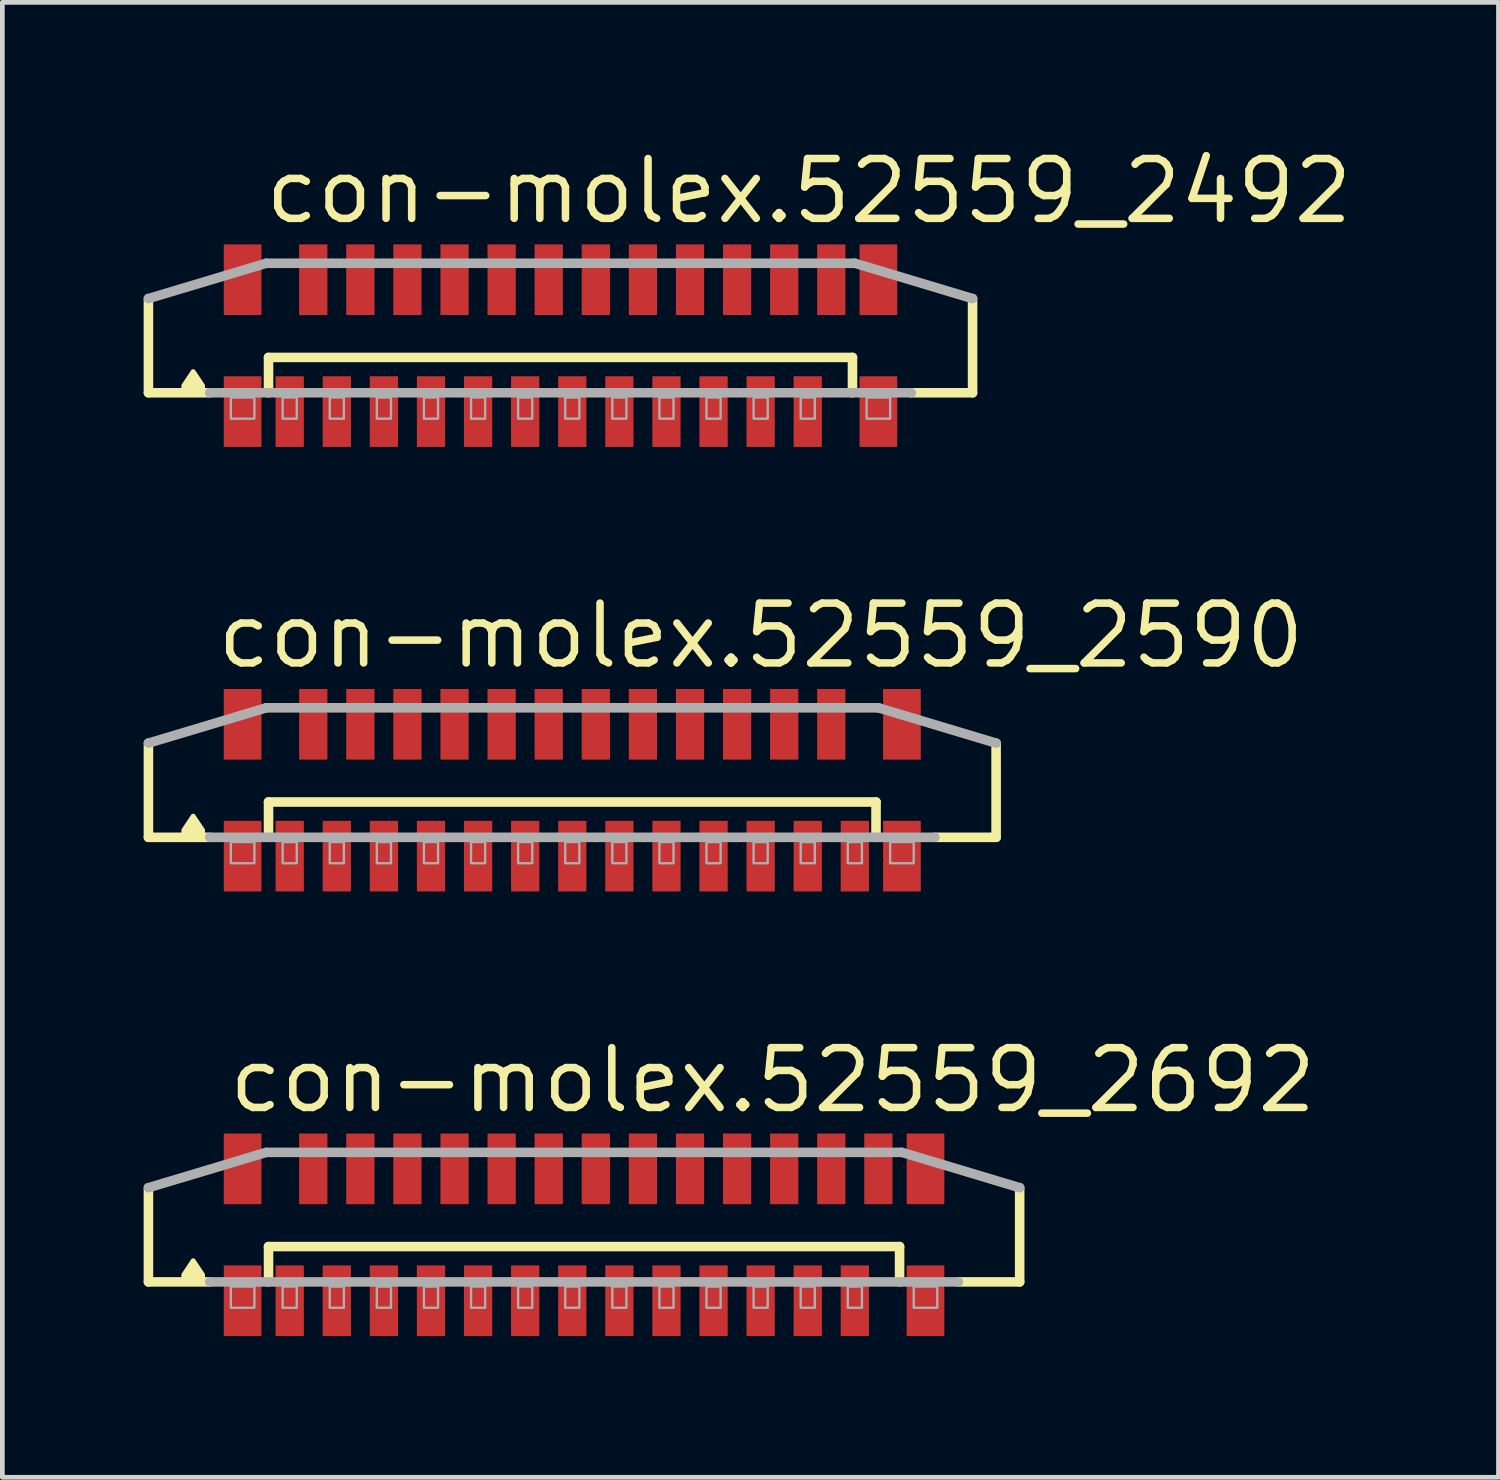
<source format=kicad_pcb>
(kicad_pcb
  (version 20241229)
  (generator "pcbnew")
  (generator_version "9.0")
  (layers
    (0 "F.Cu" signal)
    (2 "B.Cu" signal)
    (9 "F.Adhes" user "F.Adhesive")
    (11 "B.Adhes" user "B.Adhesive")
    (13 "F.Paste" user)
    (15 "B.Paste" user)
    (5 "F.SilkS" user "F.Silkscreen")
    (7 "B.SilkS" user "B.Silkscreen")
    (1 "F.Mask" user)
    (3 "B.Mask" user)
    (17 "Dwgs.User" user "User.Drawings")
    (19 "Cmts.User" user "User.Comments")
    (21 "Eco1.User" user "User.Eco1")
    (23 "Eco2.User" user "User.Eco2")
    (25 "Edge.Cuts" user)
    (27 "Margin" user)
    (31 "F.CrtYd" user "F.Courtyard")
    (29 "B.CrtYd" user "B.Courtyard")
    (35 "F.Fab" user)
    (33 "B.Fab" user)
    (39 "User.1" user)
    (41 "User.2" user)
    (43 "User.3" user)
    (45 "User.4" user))
  (footprint "con-molex.52559_2692"
    (layer "F.Cu")
    (at 9.352 23.17)
    (property "Reference" "con-molex.52559_2692" (at -7.62 -2.54 0) (layer "F.SilkS") (effects (font (size 1.27 1.27) (thickness 0.16)) (justify left bottom)))
    (attr smd)
    (fp_line (start -9.25 1) (end -9.25 -1) (stroke (width 0.203) (type default)) (layer "F.SilkS"))
    (fp_line (start -7.95 1) (end -9.25 1) (stroke (width 0.203) (type default)) (layer "F.SilkS"))
    (fp_line (start -6.7 0.25) (end 6.7 0.25) (stroke (width 0.203) (type default)) (layer "F.SilkS"))
    (fp_line (start -6.7 1) (end -6.7 0.25) (stroke (width 0.203) (type default)) (layer "F.SilkS"))
    (fp_line (start 6.7 0.25) (end 6.7 1) (stroke (width 0.203) (type default)) (layer "F.SilkS"))
    (fp_line (start 9.25 -1) (end 9.25 1) (stroke (width 0.203) (type default)) (layer "F.SilkS"))
    (fp_line (start 9.25 1) (end 7.95 1) (stroke (width 0.203) (type default)) (layer "F.SilkS"))
    (fp_poly (pts (xy -8.1 0.95) (xy -8.1 0.85) (xy -8.3 0.55) (xy -8.5 0.85) (xy -8.5 0.95)) (stroke (width 0.102) (type default)) (fill yes) (layer "F.SilkS"))
    (fp_line (start -9.25 -1) (end -6.75 -1.75) (stroke (width 0.203) (type default)) (layer "F.Fab"))
    (fp_line (start -6.75 -1.75) (end 6.75 -1.75) (stroke (width 0.203) (type default)) (layer "F.Fab"))
    (fp_line (start 6.75 -1.75) (end 9.25 -1) (stroke (width 0.203) (type default)) (layer "F.Fab"))
    (fp_line (start 7.95 1) (end -7.95 1) (stroke (width 0.203) (type default)) (layer "F.Fab"))
    (fp_rect (start -7.5 1.55) (end -7 1.1) (stroke (width 0.05) (type default)) (fill no) (layer "F.Fab"))
    (fp_rect (start -6.4 1.55) (end -6.1 1.1) (stroke (width 0.05) (type default)) (fill no) (layer "F.Fab"))
    (fp_rect (start -5.4 1.55) (end -5.1 1.1) (stroke (width 0.05) (type default)) (fill no) (layer "F.Fab"))
    (fp_rect (start -4.4 1.55) (end -4.1 1.1) (stroke (width 0.05) (type default)) (fill no) (layer "F.Fab"))
    (fp_rect (start -3.4 1.55) (end -3.1 1.1) (stroke (width 0.05) (type default)) (fill no) (layer "F.Fab"))
    (fp_rect (start -2.4 1.55) (end -2.1 1.1) (stroke (width 0.05) (type default)) (fill no) (layer "F.Fab"))
    (fp_rect (start -1.4 1.55) (end -1.1 1.1) (stroke (width 0.05) (type default)) (fill no) (layer "F.Fab"))
    (fp_rect (start -0.4 1.55) (end -0.1 1.1) (stroke (width 0.05) (type default)) (fill no) (layer "F.Fab"))
    (fp_rect (start 0.6 1.55) (end 0.9 1.1) (stroke (width 0.05) (type default)) (fill no) (layer "F.Fab"))
    (fp_rect (start 1.6 1.55) (end 1.9 1.1) (stroke (width 0.05) (type default)) (fill no) (layer "F.Fab"))
    (fp_rect (start 2.6 1.55) (end 2.9 1.1) (stroke (width 0.05) (type default)) (fill no) (layer "F.Fab"))
    (fp_rect (start 3.6 1.55) (end 3.9 1.1) (stroke (width 0.05) (type default)) (fill no) (layer "F.Fab"))
    (fp_rect (start 4.6 1.55) (end 4.9 1.1) (stroke (width 0.05) (type default)) (fill no) (layer "F.Fab"))
    (fp_rect (start 5.6 1.55) (end 5.9 1.1) (stroke (width 0.05) (type default)) (fill no) (layer "F.Fab"))
    (fp_rect (start 7 1.55) (end 7.5 1.1) (stroke (width 0.05) (type default)) (fill no) (layer "F.Fab"))
    (pad "1" smd roundrect (at -6.25 1.4) (size 0.6 1.5) (layers "F.Cu" "F.Mask" "F.Paste") (roundrect_rratio 0.01))
    (pad "2" smd roundrect (at -5.75 -1.4 180) (size 0.6 1.5) (layers "F.Cu" "F.Mask" "F.Paste") (roundrect_rratio 0.01))
    (pad "3" smd roundrect (at -5.25 1.4) (size 0.6 1.5) (layers "F.Cu" "F.Mask" "F.Paste") (roundrect_rratio 0.01))
    (pad "4" smd roundrect (at -4.75 -1.4 180) (size 0.6 1.5) (layers "F.Cu" "F.Mask" "F.Paste") (roundrect_rratio 0.01))
    (pad "5" smd roundrect (at -4.25 1.4) (size 0.6 1.5) (layers "F.Cu" "F.Mask" "F.Paste") (roundrect_rratio 0.01))
    (pad "6" smd roundrect (at -3.75 -1.4 180) (size 0.6 1.5) (layers "F.Cu" "F.Mask" "F.Paste") (roundrect_rratio 0.01))
    (pad "7" smd roundrect (at -3.25 1.4) (size 0.6 1.5) (layers "F.Cu" "F.Mask" "F.Paste") (roundrect_rratio 0.01))
    (pad "8" smd roundrect (at -2.75 -1.4 180) (size 0.6 1.5) (layers "F.Cu" "F.Mask" "F.Paste") (roundrect_rratio 0.01))
    (pad "9" smd roundrect (at -2.25 1.4) (size 0.6 1.5) (layers "F.Cu" "F.Mask" "F.Paste") (roundrect_rratio 0.01))
    (pad "10" smd roundrect (at -1.75 -1.4 180) (size 0.6 1.5) (layers "F.Cu" "F.Mask" "F.Paste") (roundrect_rratio 0.01))
    (pad "11" smd roundrect (at -1.25 1.4) (size 0.6 1.5) (layers "F.Cu" "F.Mask" "F.Paste") (roundrect_rratio 0.01))
    (pad "12" smd roundrect (at -0.75 -1.4 180) (size 0.6 1.5) (layers "F.Cu" "F.Mask" "F.Paste") (roundrect_rratio 0.01))
    (pad "13" smd roundrect (at -0.25 1.4) (size 0.6 1.5) (layers "F.Cu" "F.Mask" "F.Paste") (roundrect_rratio 0.01))
    (pad "14" smd roundrect (at 0.25 -1.4 180) (size 0.6 1.5) (layers "F.Cu" "F.Mask" "F.Paste") (roundrect_rratio 0.01))
    (pad "15" smd roundrect (at 0.75 1.4) (size 0.6 1.5) (layers "F.Cu" "F.Mask" "F.Paste") (roundrect_rratio 0.01))
    (pad "16" smd roundrect (at 1.25 -1.4 180) (size 0.6 1.5) (layers "F.Cu" "F.Mask" "F.Paste") (roundrect_rratio 0.01))
    (pad "17" smd roundrect (at 1.75 1.4) (size 0.6 1.5) (layers "F.Cu" "F.Mask" "F.Paste") (roundrect_rratio 0.01))
    (pad "18" smd roundrect (at 2.25 -1.4 180) (size 0.6 1.5) (layers "F.Cu" "F.Mask" "F.Paste") (roundrect_rratio 0.01))
    (pad "19" smd roundrect (at 2.75 1.4) (size 0.6 1.5) (layers "F.Cu" "F.Mask" "F.Paste") (roundrect_rratio 0.01))
    (pad "20" smd roundrect (at 3.25 -1.4 180) (size 0.6 1.5) (layers "F.Cu" "F.Mask" "F.Paste") (roundrect_rratio 0.01))
    (pad "21" smd roundrect (at 3.75 1.4) (size 0.6 1.5) (layers "F.Cu" "F.Mask" "F.Paste") (roundrect_rratio 0.01))
    (pad "22" smd roundrect (at 4.25 -1.4 180) (size 0.6 1.5) (layers "F.Cu" "F.Mask" "F.Paste") (roundrect_rratio 0.01))
    (pad "23" smd roundrect (at 4.75 1.4) (size 0.6 1.5) (layers "F.Cu" "F.Mask" "F.Paste") (roundrect_rratio 0.01))
    (pad "24" smd roundrect (at 5.25 -1.4 180) (size 0.6 1.5) (layers "F.Cu" "F.Mask" "F.Paste") (roundrect_rratio 0.01))
    (pad "25" smd roundrect (at 5.75 1.4) (size 0.6 1.5) (layers "F.Cu" "F.Mask" "F.Paste") (roundrect_rratio 0.01))
    (pad "26" smd roundrect (at 6.25 -1.4 180) (size 0.6 1.5) (layers "F.Cu" "F.Mask" "F.Paste") (roundrect_rratio 0.01))
    (pad "M1" smd roundrect (at -7.25 1.4) (size 0.8 1.5) (layers "F.Cu" "F.Mask" "F.Paste") (roundrect_rratio 0.01))
    (pad "M2" smd roundrect (at 7.25 1.4) (size 0.8 1.5) (layers "F.Cu" "F.Mask" "F.Paste") (roundrect_rratio 0.01))
    (pad "M3" smd roundrect (at 7.25 -1.4 180) (size 0.8 1.5) (layers "F.Cu" "F.Mask" "F.Paste") (roundrect_rratio 0.01))
    (pad "M4" smd roundrect (at -7.25 -1.4 180) (size 0.8 1.5) (layers "F.Cu" "F.Mask" "F.Paste") (roundrect_rratio 0.01)))
  (footprint "con-molex.52559_2590"
    (layer "F.Cu")
    (at 9.102 13.73)
    (property "Reference" "con-molex.52559_2590" (at -7.62 -2.54 0) (layer "F.SilkS") (effects (font (size 1.27 1.27) (thickness 0.16)) (justify left bottom)))
    (attr smd)
    (fp_line (start -9 1) (end -9 -1) (stroke (width 0.203) (type default)) (layer "F.SilkS"))
    (fp_line (start -7.7 1) (end -9 1) (stroke (width 0.203) (type default)) (layer "F.SilkS"))
    (fp_line (start -6.45 0.25) (end 6.45 0.25) (stroke (width 0.203) (type default)) (layer "F.SilkS"))
    (fp_line (start -6.45 1) (end -6.45 0.25) (stroke (width 0.203) (type default)) (layer "F.SilkS"))
    (fp_line (start 6.45 0.25) (end 6.45 1) (stroke (width 0.203) (type default)) (layer "F.SilkS"))
    (fp_line (start 9 -1) (end 9 1) (stroke (width 0.203) (type default)) (layer "F.SilkS"))
    (fp_line (start 9 1) (end 7.7 1) (stroke (width 0.203) (type default)) (layer "F.SilkS"))
    (fp_poly (pts (xy -7.85 0.95) (xy -7.85 0.85) (xy -8.05 0.55) (xy -8.25 0.85) (xy -8.25 0.95)) (stroke (width 0.102) (type default)) (fill yes) (layer "F.SilkS"))
    (fp_line (start -9 -1) (end -6.5 -1.75) (stroke (width 0.203) (type default)) (layer "F.Fab"))
    (fp_line (start -6.5 -1.75) (end 6.5 -1.75) (stroke (width 0.203) (type default)) (layer "F.Fab"))
    (fp_line (start 6.5 -1.75) (end 9 -1) (stroke (width 0.203) (type default)) (layer "F.Fab"))
    (fp_line (start 7.7 1) (end -7.7 1) (stroke (width 0.203) (type default)) (layer "F.Fab"))
    (fp_rect (start -7.25 1.55) (end -6.75 1.1) (stroke (width 0.05) (type default)) (fill no) (layer "F.Fab"))
    (fp_rect (start -6.15 1.55) (end -5.85 1.1) (stroke (width 0.05) (type default)) (fill no) (layer "F.Fab"))
    (fp_rect (start -5.15 1.55) (end -4.85 1.1) (stroke (width 0.05) (type default)) (fill no) (layer "F.Fab"))
    (fp_rect (start -4.15 1.55) (end -3.85 1.1) (stroke (width 0.05) (type default)) (fill no) (layer "F.Fab"))
    (fp_rect (start -3.15 1.55) (end -2.85 1.1) (stroke (width 0.05) (type default)) (fill no) (layer "F.Fab"))
    (fp_rect (start -2.15 1.55) (end -1.85 1.1) (stroke (width 0.05) (type default)) (fill no) (layer "F.Fab"))
    (fp_rect (start -1.15 1.55) (end -0.85 1.1) (stroke (width 0.05) (type default)) (fill no) (layer "F.Fab"))
    (fp_rect (start -0.15 1.55) (end 0.15 1.1) (stroke (width 0.05) (type default)) (fill no) (layer "F.Fab"))
    (fp_rect (start 0.85 1.55) (end 1.15 1.1) (stroke (width 0.05) (type default)) (fill no) (layer "F.Fab"))
    (fp_rect (start 1.85 1.55) (end 2.15 1.1) (stroke (width 0.05) (type default)) (fill no) (layer "F.Fab"))
    (fp_rect (start 2.85 1.55) (end 3.15 1.1) (stroke (width 0.05) (type default)) (fill no) (layer "F.Fab"))
    (fp_rect (start 3.85 1.55) (end 4.15 1.1) (stroke (width 0.05) (type default)) (fill no) (layer "F.Fab"))
    (fp_rect (start 4.85 1.55) (end 5.15 1.1) (stroke (width 0.05) (type default)) (fill no) (layer "F.Fab"))
    (fp_rect (start 5.85 1.55) (end 6.15 1.1) (stroke (width 0.05) (type default)) (fill no) (layer "F.Fab"))
    (fp_rect (start 6.75 1.55) (end 7.25 1.1) (stroke (width 0.05) (type default)) (fill no) (layer "F.Fab"))
    (pad "1" smd roundrect (at -6 1.4) (size 0.6 1.5) (layers "F.Cu" "F.Mask" "F.Paste") (roundrect_rratio 0.01))
    (pad "2" smd roundrect (at -5.5 -1.4 180) (size 0.6 1.5) (layers "F.Cu" "F.Mask" "F.Paste") (roundrect_rratio 0.01))
    (pad "3" smd roundrect (at -5 1.4) (size 0.6 1.5) (layers "F.Cu" "F.Mask" "F.Paste") (roundrect_rratio 0.01))
    (pad "4" smd roundrect (at -4.5 -1.4 180) (size 0.6 1.5) (layers "F.Cu" "F.Mask" "F.Paste") (roundrect_rratio 0.01))
    (pad "5" smd roundrect (at -4 1.4) (size 0.6 1.5) (layers "F.Cu" "F.Mask" "F.Paste") (roundrect_rratio 0.01))
    (pad "6" smd roundrect (at -3.5 -1.4 180) (size 0.6 1.5) (layers "F.Cu" "F.Mask" "F.Paste") (roundrect_rratio 0.01))
    (pad "7" smd roundrect (at -3 1.4) (size 0.6 1.5) (layers "F.Cu" "F.Mask" "F.Paste") (roundrect_rratio 0.01))
    (pad "8" smd roundrect (at -2.5 -1.4 180) (size 0.6 1.5) (layers "F.Cu" "F.Mask" "F.Paste") (roundrect_rratio 0.01))
    (pad "9" smd roundrect (at -2 1.4) (size 0.6 1.5) (layers "F.Cu" "F.Mask" "F.Paste") (roundrect_rratio 0.01))
    (pad "10" smd roundrect (at -1.5 -1.4 180) (size 0.6 1.5) (layers "F.Cu" "F.Mask" "F.Paste") (roundrect_rratio 0.01))
    (pad "11" smd roundrect (at -1 1.4) (size 0.6 1.5) (layers "F.Cu" "F.Mask" "F.Paste") (roundrect_rratio 0.01))
    (pad "12" smd roundrect (at -0.5 -1.4 180) (size 0.6 1.5) (layers "F.Cu" "F.Mask" "F.Paste") (roundrect_rratio 0.01))
    (pad "13" smd roundrect (at 0 1.4) (size 0.6 1.5) (layers "F.Cu" "F.Mask" "F.Paste") (roundrect_rratio 0.01))
    (pad "14" smd roundrect (at 0.5 -1.4 180) (size 0.6 1.5) (layers "F.Cu" "F.Mask" "F.Paste") (roundrect_rratio 0.01))
    (pad "15" smd roundrect (at 1 1.4) (size 0.6 1.5) (layers "F.Cu" "F.Mask" "F.Paste") (roundrect_rratio 0.01))
    (pad "16" smd roundrect (at 1.5 -1.4 180) (size 0.6 1.5) (layers "F.Cu" "F.Mask" "F.Paste") (roundrect_rratio 0.01))
    (pad "17" smd roundrect (at 2 1.4) (size 0.6 1.5) (layers "F.Cu" "F.Mask" "F.Paste") (roundrect_rratio 0.01))
    (pad "18" smd roundrect (at 2.5 -1.4 180) (size 0.6 1.5) (layers "F.Cu" "F.Mask" "F.Paste") (roundrect_rratio 0.01))
    (pad "19" smd roundrect (at 3 1.4) (size 0.6 1.5) (layers "F.Cu" "F.Mask" "F.Paste") (roundrect_rratio 0.01))
    (pad "20" smd roundrect (at 3.5 -1.4 180) (size 0.6 1.5) (layers "F.Cu" "F.Mask" "F.Paste") (roundrect_rratio 0.01))
    (pad "21" smd roundrect (at 4 1.4) (size 0.6 1.5) (layers "F.Cu" "F.Mask" "F.Paste") (roundrect_rratio 0.01))
    (pad "22" smd roundrect (at 4.5 -1.4 180) (size 0.6 1.5) (layers "F.Cu" "F.Mask" "F.Paste") (roundrect_rratio 0.01))
    (pad "23" smd roundrect (at 5 1.4) (size 0.6 1.5) (layers "F.Cu" "F.Mask" "F.Paste") (roundrect_rratio 0.01))
    (pad "24" smd roundrect (at 5.5 -1.4 180) (size 0.6 1.5) (layers "F.Cu" "F.Mask" "F.Paste") (roundrect_rratio 0.01))
    (pad "25" smd roundrect (at 6 1.4) (size 0.6 1.5) (layers "F.Cu" "F.Mask" "F.Paste") (roundrect_rratio 0.01))
    (pad "M1" smd roundrect (at -7 1.4) (size 0.8 1.5) (layers "F.Cu" "F.Mask" "F.Paste") (roundrect_rratio 0.01))
    (pad "M2" smd roundrect (at 7 1.4) (size 0.8 1.5) (layers "F.Cu" "F.Mask" "F.Paste") (roundrect_rratio 0.01))
    (pad "M3" smd roundrect (at 7 -1.4 180) (size 0.8 1.5) (layers "F.Cu" "F.Mask" "F.Paste") (roundrect_rratio 0.01))
    (pad "M4" smd roundrect (at -7 -1.4 180) (size 0.8 1.5) (layers "F.Cu" "F.Mask" "F.Paste") (roundrect_rratio 0.01)))
  (footprint "con-molex.52559_2492"
    (layer "F.Cu")
    (at 8.852 4.29)
    (property "Reference" "con-molex.52559_2492" (at -6.35 -2.54 0) (layer "F.SilkS") (effects (font (size 1.27 1.27) (thickness 0.16)) (justify left bottom)))
    (attr smd)
    (fp_line (start -8.75 1) (end -8.75 -1) (stroke (width 0.203) (type default)) (layer "F.SilkS"))
    (fp_line (start -7.45 1) (end -8.75 1) (stroke (width 0.203) (type default)) (layer "F.SilkS"))
    (fp_line (start -6.2 0.25) (end 6.2 0.25) (stroke (width 0.203) (type default)) (layer "F.SilkS"))
    (fp_line (start -6.2 1) (end -6.2 0.25) (stroke (width 0.203) (type default)) (layer "F.SilkS"))
    (fp_line (start 6.2 0.25) (end 6.2 1) (stroke (width 0.203) (type default)) (layer "F.SilkS"))
    (fp_line (start 8.75 -1) (end 8.75 1) (stroke (width 0.203) (type default)) (layer "F.SilkS"))
    (fp_line (start 8.75 1) (end 7.45 1) (stroke (width 0.203) (type default)) (layer "F.SilkS"))
    (fp_poly (pts (xy -7.6 0.95) (xy -7.6 0.85) (xy -7.8 0.55) (xy -8 0.85) (xy -8 0.95)) (stroke (width 0.102) (type default)) (fill yes) (layer "F.SilkS"))
    (fp_line (start -8.75 -1) (end -6.25 -1.75) (stroke (width 0.203) (type default)) (layer "F.Fab"))
    (fp_line (start -6.25 -1.75) (end 6.25 -1.75) (stroke (width 0.203) (type default)) (layer "F.Fab"))
    (fp_line (start 6.25 -1.75) (end 8.75 -1) (stroke (width 0.203) (type default)) (layer "F.Fab"))
    (fp_line (start 7.45 1) (end -7.45 1) (stroke (width 0.203) (type default)) (layer "F.Fab"))
    (fp_rect (start -7 1.55) (end -6.5 1.1) (stroke (width 0.05) (type default)) (fill no) (layer "F.Fab"))
    (fp_rect (start -5.9 1.55) (end -5.6 1.1) (stroke (width 0.05) (type default)) (fill no) (layer "F.Fab"))
    (fp_rect (start -4.9 1.55) (end -4.6 1.1) (stroke (width 0.05) (type default)) (fill no) (layer "F.Fab"))
    (fp_rect (start -3.9 1.55) (end -3.6 1.1) (stroke (width 0.05) (type default)) (fill no) (layer "F.Fab"))
    (fp_rect (start -2.9 1.55) (end -2.6 1.1) (stroke (width 0.05) (type default)) (fill no) (layer "F.Fab"))
    (fp_rect (start -1.9 1.55) (end -1.6 1.1) (stroke (width 0.05) (type default)) (fill no) (layer "F.Fab"))
    (fp_rect (start -0.9 1.55) (end -0.6 1.1) (stroke (width 0.05) (type default)) (fill no) (layer "F.Fab"))
    (fp_rect (start 0.1 1.55) (end 0.4 1.1) (stroke (width 0.05) (type default)) (fill no) (layer "F.Fab"))
    (fp_rect (start 1.1 1.55) (end 1.4 1.1) (stroke (width 0.05) (type default)) (fill no) (layer "F.Fab"))
    (fp_rect (start 2.1 1.55) (end 2.4 1.1) (stroke (width 0.05) (type default)) (fill no) (layer "F.Fab"))
    (fp_rect (start 3.1 1.55) (end 3.4 1.1) (stroke (width 0.05) (type default)) (fill no) (layer "F.Fab"))
    (fp_rect (start 4.1 1.55) (end 4.4 1.1) (stroke (width 0.05) (type default)) (fill no) (layer "F.Fab"))
    (fp_rect (start 5.1 1.55) (end 5.4 1.1) (stroke (width 0.05) (type default)) (fill no) (layer "F.Fab"))
    (fp_rect (start 6.5 1.55) (end 7 1.1) (stroke (width 0.05) (type default)) (fill no) (layer "F.Fab"))
    (pad "1" smd roundrect (at -5.75 1.4) (size 0.6 1.5) (layers "F.Cu" "F.Mask" "F.Paste") (roundrect_rratio 0.01))
    (pad "2" smd roundrect (at -5.25 -1.4 180) (size 0.6 1.5) (layers "F.Cu" "F.Mask" "F.Paste") (roundrect_rratio 0.01))
    (pad "3" smd roundrect (at -4.75 1.4) (size 0.6 1.5) (layers "F.Cu" "F.Mask" "F.Paste") (roundrect_rratio 0.01))
    (pad "4" smd roundrect (at -4.25 -1.4 180) (size 0.6 1.5) (layers "F.Cu" "F.Mask" "F.Paste") (roundrect_rratio 0.01))
    (pad "5" smd roundrect (at -3.75 1.4) (size 0.6 1.5) (layers "F.Cu" "F.Mask" "F.Paste") (roundrect_rratio 0.01))
    (pad "6" smd roundrect (at -3.25 -1.4 180) (size 0.6 1.5) (layers "F.Cu" "F.Mask" "F.Paste") (roundrect_rratio 0.01))
    (pad "7" smd roundrect (at -2.75 1.4) (size 0.6 1.5) (layers "F.Cu" "F.Mask" "F.Paste") (roundrect_rratio 0.01))
    (pad "8" smd roundrect (at -2.25 -1.4 180) (size 0.6 1.5) (layers "F.Cu" "F.Mask" "F.Paste") (roundrect_rratio 0.01))
    (pad "9" smd roundrect (at -1.75 1.4) (size 0.6 1.5) (layers "F.Cu" "F.Mask" "F.Paste") (roundrect_rratio 0.01))
    (pad "10" smd roundrect (at -1.25 -1.4 180) (size 0.6 1.5) (layers "F.Cu" "F.Mask" "F.Paste") (roundrect_rratio 0.01))
    (pad "11" smd roundrect (at -0.75 1.4) (size 0.6 1.5) (layers "F.Cu" "F.Mask" "F.Paste") (roundrect_rratio 0.01))
    (pad "12" smd roundrect (at -0.25 -1.4 180) (size 0.6 1.5) (layers "F.Cu" "F.Mask" "F.Paste") (roundrect_rratio 0.01))
    (pad "13" smd roundrect (at 0.25 1.4) (size 0.6 1.5) (layers "F.Cu" "F.Mask" "F.Paste") (roundrect_rratio 0.01))
    (pad "14" smd roundrect (at 0.75 -1.4 180) (size 0.6 1.5) (layers "F.Cu" "F.Mask" "F.Paste") (roundrect_rratio 0.01))
    (pad "15" smd roundrect (at 1.25 1.4) (size 0.6 1.5) (layers "F.Cu" "F.Mask" "F.Paste") (roundrect_rratio 0.01))
    (pad "16" smd roundrect (at 1.75 -1.4 180) (size 0.6 1.5) (layers "F.Cu" "F.Mask" "F.Paste") (roundrect_rratio 0.01))
    (pad "17" smd roundrect (at 2.25 1.4) (size 0.6 1.5) (layers "F.Cu" "F.Mask" "F.Paste") (roundrect_rratio 0.01))
    (pad "18" smd roundrect (at 2.75 -1.4 180) (size 0.6 1.5) (layers "F.Cu" "F.Mask" "F.Paste") (roundrect_rratio 0.01))
    (pad "19" smd roundrect (at 3.25 1.4) (size 0.6 1.5) (layers "F.Cu" "F.Mask" "F.Paste") (roundrect_rratio 0.01))
    (pad "20" smd roundrect (at 3.75 -1.4 180) (size 0.6 1.5) (layers "F.Cu" "F.Mask" "F.Paste") (roundrect_rratio 0.01))
    (pad "21" smd roundrect (at 4.25 1.4) (size 0.6 1.5) (layers "F.Cu" "F.Mask" "F.Paste") (roundrect_rratio 0.01))
    (pad "22" smd roundrect (at 4.75 -1.4 180) (size 0.6 1.5) (layers "F.Cu" "F.Mask" "F.Paste") (roundrect_rratio 0.01))
    (pad "23" smd roundrect (at 5.25 1.4) (size 0.6 1.5) (layers "F.Cu" "F.Mask" "F.Paste") (roundrect_rratio 0.01))
    (pad "24" smd roundrect (at 5.75 -1.4 180) (size 0.6 1.5) (layers "F.Cu" "F.Mask" "F.Paste") (roundrect_rratio 0.01))
    (pad "M1" smd roundrect (at -6.75 1.4) (size 0.8 1.5) (layers "F.Cu" "F.Mask" "F.Paste") (roundrect_rratio 0.01))
    (pad "M2" smd roundrect (at 6.75 1.4) (size 0.8 1.5) (layers "F.Cu" "F.Mask" "F.Paste") (roundrect_rratio 0.01))
    (pad "M3" smd roundrect (at 6.75 -1.4 180) (size 0.8 1.5) (layers "F.Cu" "F.Mask" "F.Paste") (roundrect_rratio 0.01))
    (pad "M4" smd roundrect (at -6.75 -1.4 180) (size 0.8 1.5) (layers "F.Cu" "F.Mask" "F.Paste") (roundrect_rratio 0.01)))
  (gr_rect
    (start -3 -3)
    (end 28.769 28.32)
    (stroke (width 0.1) (type default))
    (fill no)
    (layer "Edge.Cuts")))
</source>
